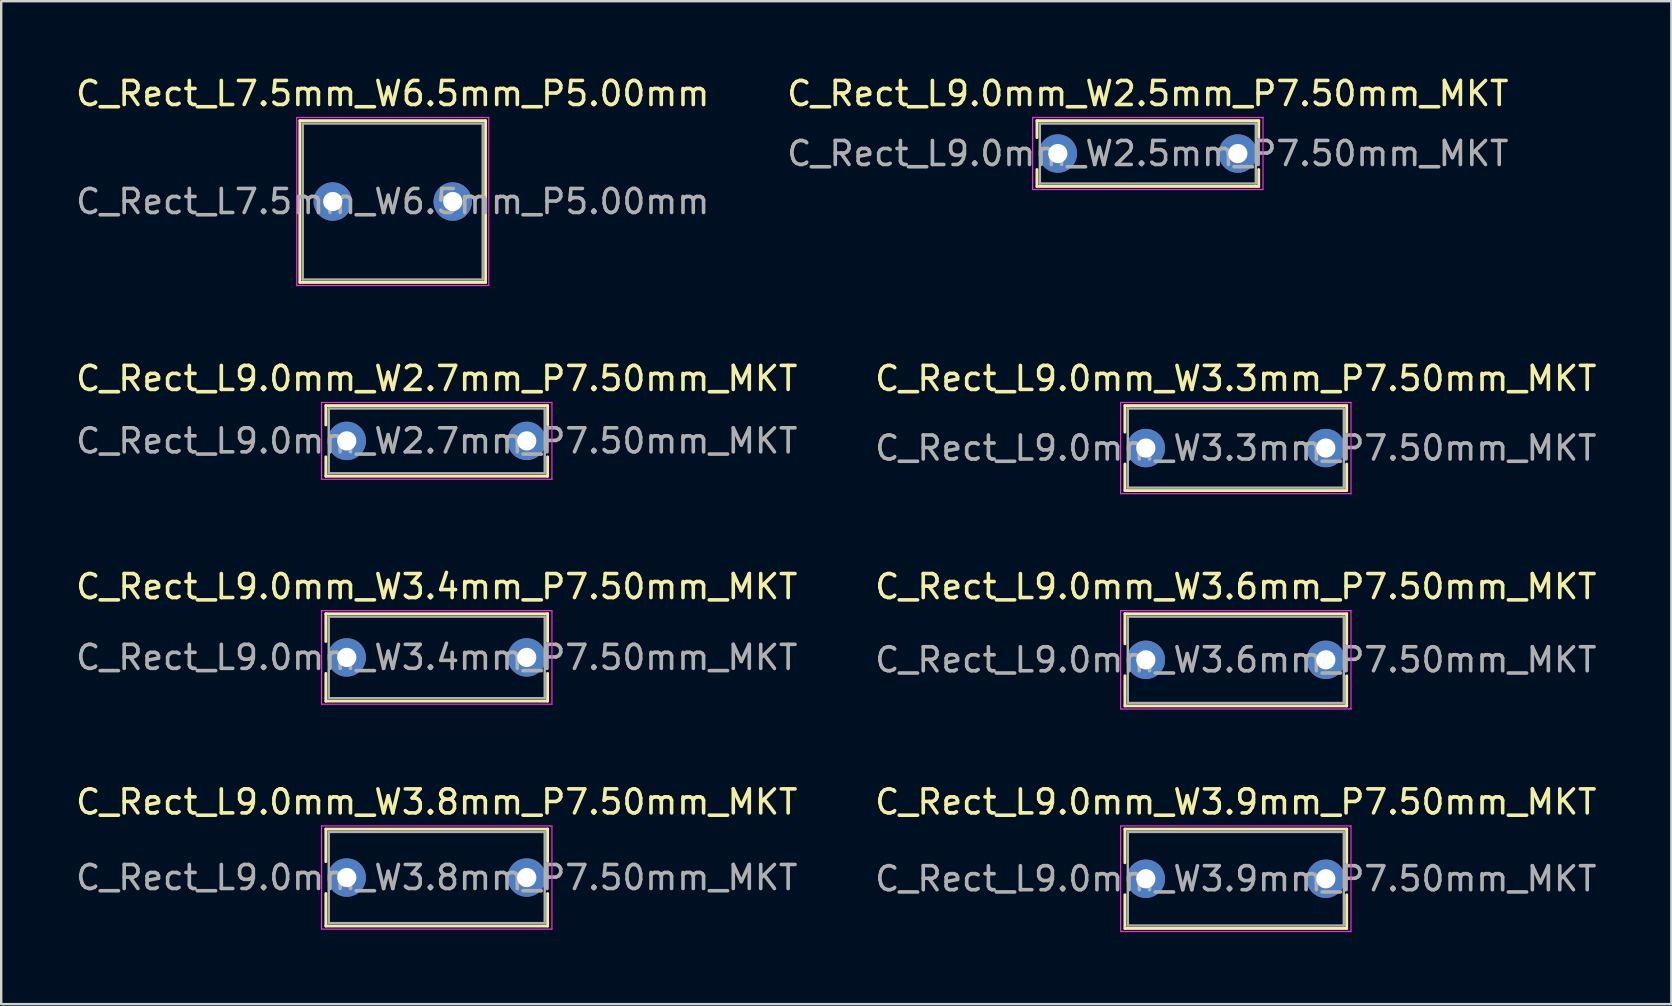
<source format=kicad_pcb>
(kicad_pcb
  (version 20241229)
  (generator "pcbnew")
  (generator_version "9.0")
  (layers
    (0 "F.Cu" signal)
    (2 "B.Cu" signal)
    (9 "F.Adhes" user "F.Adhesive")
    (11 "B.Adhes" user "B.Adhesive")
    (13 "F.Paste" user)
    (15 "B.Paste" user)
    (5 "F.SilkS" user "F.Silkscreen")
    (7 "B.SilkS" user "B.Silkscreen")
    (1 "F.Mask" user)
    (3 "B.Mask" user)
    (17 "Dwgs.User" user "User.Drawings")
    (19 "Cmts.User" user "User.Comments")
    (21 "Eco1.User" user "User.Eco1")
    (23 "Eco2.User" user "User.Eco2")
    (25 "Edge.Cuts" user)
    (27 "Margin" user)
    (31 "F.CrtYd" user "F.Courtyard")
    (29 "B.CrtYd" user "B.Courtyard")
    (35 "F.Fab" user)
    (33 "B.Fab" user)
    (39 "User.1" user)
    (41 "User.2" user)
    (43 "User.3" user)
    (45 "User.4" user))
  (footprint "C_Rect_L9.0mm_W3.6mm_P7.50mm_MKT"
    (layer "F.Cu")
    (at 44.696 24.445)
    (property "Reference" "C_Rect_L9.0mm_W3.6mm_P7.50mm_MKT" (at 3.75 -3.05 0) (layer "F.SilkS") (effects (font (size 1 1) (thickness 0.15))))
    (attr through_hole)
    (fp_line (start -0.87 -1.92) (end -0.87 -0.665) (stroke (width 0.12) (type solid)) (layer "F.SilkS"))
    (fp_line (start -0.87 -1.92) (end 8.37 -1.92) (stroke (width 0.12) (type solid)) (layer "F.SilkS"))
    (fp_line (start -0.87 0.665) (end -0.87 1.92) (stroke (width 0.12) (type solid)) (layer "F.SilkS"))
    (fp_line (start -0.87 1.92) (end 8.37 1.92) (stroke (width 0.12) (type solid)) (layer "F.SilkS"))
    (fp_line (start 8.37 -1.92) (end 8.37 -0.665) (stroke (width 0.12) (type solid)) (layer "F.SilkS"))
    (fp_line (start 8.37 0.665) (end 8.37 1.92) (stroke (width 0.12) (type solid)) (layer "F.SilkS"))
    (fp_line (start -1.05 -2.05) (end -1.05 2.05) (stroke (width 0.05) (type solid)) (layer "F.CrtYd"))
    (fp_line (start -1.05 2.05) (end 8.55 2.05) (stroke (width 0.05) (type solid)) (layer "F.CrtYd"))
    (fp_line (start 8.55 -2.05) (end -1.05 -2.05) (stroke (width 0.05) (type solid)) (layer "F.CrtYd"))
    (fp_line (start 8.55 2.05) (end 8.55 -2.05) (stroke (width 0.05) (type solid)) (layer "F.CrtYd"))
    (fp_line (start -0.75 -1.8) (end -0.75 1.8) (stroke (width 0.1) (type solid)) (layer "F.Fab"))
    (fp_line (start -0.75 1.8) (end 8.25 1.8) (stroke (width 0.1) (type solid)) (layer "F.Fab"))
    (fp_line (start 8.25 -1.8) (end -0.75 -1.8) (stroke (width 0.1) (type solid)) (layer "F.Fab"))
    (fp_line (start 8.25 1.8) (end 8.25 -1.8) (stroke (width 0.1) (type solid)) (layer "F.Fab"))
    (fp_text user "${REFERENCE}" (at 3.75 0 0) (layer "F.Fab") (effects (font (size 1 1) (thickness 0.15))))
    (pad "1" thru_hole circle (at 0 0) (size 1.6 1.6) (drill 0.8) (layers "*.Cu" "*.Mask"))
    (pad "2" thru_hole circle (at 7.5 0) (size 1.6 1.6) (drill 0.8) (layers "*.Cu" "*.Mask")))
  (footprint "C_Rect_L9.0mm_W3.4mm_P7.50mm_MKT"
    (layer "F.Cu")
    (at 11.399 24.345)
    (property "Reference" "C_Rect_L9.0mm_W3.4mm_P7.50mm_MKT" (at 3.75 -2.95 0) (layer "F.SilkS") (effects (font (size 1 1) (thickness 0.15))))
    (attr through_hole)
    (fp_line (start -0.87 -1.82) (end -0.87 -0.665) (stroke (width 0.12) (type solid)) (layer "F.SilkS"))
    (fp_line (start -0.87 -1.82) (end 8.37 -1.82) (stroke (width 0.12) (type solid)) (layer "F.SilkS"))
    (fp_line (start -0.87 0.665) (end -0.87 1.82) (stroke (width 0.12) (type solid)) (layer "F.SilkS"))
    (fp_line (start -0.87 1.82) (end 8.37 1.82) (stroke (width 0.12) (type solid)) (layer "F.SilkS"))
    (fp_line (start 8.37 -1.82) (end 8.37 -0.665) (stroke (width 0.12) (type solid)) (layer "F.SilkS"))
    (fp_line (start 8.37 0.665) (end 8.37 1.82) (stroke (width 0.12) (type solid)) (layer "F.SilkS"))
    (fp_line (start -1.05 -1.95) (end -1.05 1.95) (stroke (width 0.05) (type solid)) (layer "F.CrtYd"))
    (fp_line (start -1.05 1.95) (end 8.55 1.95) (stroke (width 0.05) (type solid)) (layer "F.CrtYd"))
    (fp_line (start 8.55 -1.95) (end -1.05 -1.95) (stroke (width 0.05) (type solid)) (layer "F.CrtYd"))
    (fp_line (start 8.55 1.95) (end 8.55 -1.95) (stroke (width 0.05) (type solid)) (layer "F.CrtYd"))
    (fp_line (start -0.75 -1.7) (end -0.75 1.7) (stroke (width 0.1) (type solid)) (layer "F.Fab"))
    (fp_line (start -0.75 1.7) (end 8.25 1.7) (stroke (width 0.1) (type solid)) (layer "F.Fab"))
    (fp_line (start 8.25 -1.7) (end -0.75 -1.7) (stroke (width 0.1) (type solid)) (layer "F.Fab"))
    (fp_line (start 8.25 1.7) (end 8.25 -1.7) (stroke (width 0.1) (type solid)) (layer "F.Fab"))
    (fp_text user "${REFERENCE}" (at 3.75 0 0) (layer "F.Fab") (effects (font (size 1 1) (thickness 0.15))))
    (pad "1" thru_hole circle (at 0 0) (size 1.6 1.6) (drill 0.8) (layers "*.Cu" "*.Mask"))
    (pad "2" thru_hole circle (at 7.5 0) (size 1.6 1.6) (drill 0.8) (layers "*.Cu" "*.Mask")))
  (footprint "C_Rect_L7.5mm_W6.5mm_P5.00mm"
    (layer "F.Cu")
    (at 10.815 5.348)
    (property "Reference" "C_Rect_L7.5mm_W6.5mm_P5.00mm" (at 2.5 -4.5 0) (layer "F.SilkS") (effects (font (size 1 1) (thickness 0.15))))
    (attr through_hole)
    (fp_line (start -1.37 -3.37) (end -1.37 3.37) (stroke (width 0.12) (type solid)) (layer "F.SilkS"))
    (fp_line (start -1.37 -3.37) (end 6.37 -3.37) (stroke (width 0.12) (type solid)) (layer "F.SilkS"))
    (fp_line (start -1.37 3.37) (end 6.37 3.37) (stroke (width 0.12) (type solid)) (layer "F.SilkS"))
    (fp_line (start 6.37 -3.37) (end 6.37 3.37) (stroke (width 0.12) (type solid)) (layer "F.SilkS"))
    (fp_line (start -1.5 -3.5) (end -1.5 3.5) (stroke (width 0.05) (type solid)) (layer "F.CrtYd"))
    (fp_line (start -1.5 3.5) (end 6.5 3.5) (stroke (width 0.05) (type solid)) (layer "F.CrtYd"))
    (fp_line (start 6.5 -3.5) (end -1.5 -3.5) (stroke (width 0.05) (type solid)) (layer "F.CrtYd"))
    (fp_line (start 6.5 3.5) (end 6.5 -3.5) (stroke (width 0.05) (type solid)) (layer "F.CrtYd"))
    (fp_line (start -1.25 -3.25) (end -1.25 3.25) (stroke (width 0.1) (type solid)) (layer "F.Fab"))
    (fp_line (start -1.25 3.25) (end 6.25 3.25) (stroke (width 0.1) (type solid)) (layer "F.Fab"))
    (fp_line (start 6.25 -3.25) (end -1.25 -3.25) (stroke (width 0.1) (type solid)) (layer "F.Fab"))
    (fp_line (start 6.25 3.25) (end 6.25 -3.25) (stroke (width 0.1) (type solid)) (layer "F.Fab"))
    (fp_text user "${REFERENCE}" (at 2.5 0 0) (layer "F.Fab") (effects (font (size 1 1) (thickness 0.15))))
    (pad "1" thru_hole circle (at 0 0) (size 1.6 1.6) (drill 0.8) (layers "*.Cu" "*.Mask"))
    (pad "2" thru_hole circle (at 5 0) (size 1.6 1.6) (drill 0.8) (layers "*.Cu" "*.Mask")))
  (footprint "C_Rect_L9.0mm_W3.9mm_P7.50mm_MKT"
    (layer "F.Cu")
    (at 44.696 33.568)
    (property "Reference" "C_Rect_L9.0mm_W3.9mm_P7.50mm_MKT" (at 3.75 -3.2 0) (layer "F.SilkS") (effects (font (size 1 1) (thickness 0.15))))
    (attr through_hole)
    (fp_line (start -0.87 -2.07) (end -0.87 -0.665) (stroke (width 0.12) (type solid)) (layer "F.SilkS"))
    (fp_line (start -0.87 -2.07) (end 8.37 -2.07) (stroke (width 0.12) (type solid)) (layer "F.SilkS"))
    (fp_line (start -0.87 0.665) (end -0.87 2.07) (stroke (width 0.12) (type solid)) (layer "F.SilkS"))
    (fp_line (start -0.87 2.07) (end 8.37 2.07) (stroke (width 0.12) (type solid)) (layer "F.SilkS"))
    (fp_line (start 8.37 -2.07) (end 8.37 -0.665) (stroke (width 0.12) (type solid)) (layer "F.SilkS"))
    (fp_line (start 8.37 0.665) (end 8.37 2.07) (stroke (width 0.12) (type solid)) (layer "F.SilkS"))
    (fp_line (start -1.05 -2.2) (end -1.05 2.2) (stroke (width 0.05) (type solid)) (layer "F.CrtYd"))
    (fp_line (start -1.05 2.2) (end 8.55 2.2) (stroke (width 0.05) (type solid)) (layer "F.CrtYd"))
    (fp_line (start 8.55 -2.2) (end -1.05 -2.2) (stroke (width 0.05) (type solid)) (layer "F.CrtYd"))
    (fp_line (start 8.55 2.2) (end 8.55 -2.2) (stroke (width 0.05) (type solid)) (layer "F.CrtYd"))
    (fp_line (start -0.75 -1.95) (end -0.75 1.95) (stroke (width 0.1) (type solid)) (layer "F.Fab"))
    (fp_line (start -0.75 1.95) (end 8.25 1.95) (stroke (width 0.1) (type solid)) (layer "F.Fab"))
    (fp_line (start 8.25 -1.95) (end -0.75 -1.95) (stroke (width 0.1) (type solid)) (layer "F.Fab"))
    (fp_line (start 8.25 1.95) (end 8.25 -1.95) (stroke (width 0.1) (type solid)) (layer "F.Fab"))
    (fp_text user "${REFERENCE}" (at 3.75 0 0) (layer "F.Fab") (effects (font (size 1 1) (thickness 0.15))))
    (pad "1" thru_hole circle (at 0 0) (size 1.6 1.6) (drill 0.8) (layers "*.Cu" "*.Mask"))
    (pad "2" thru_hole circle (at 7.5 0) (size 1.6 1.6) (drill 0.8) (layers "*.Cu" "*.Mask")))
  (footprint "C_Rect_L9.0mm_W2.7mm_P7.50mm_MKT"
    (layer "F.Cu")
    (at 11.399 15.322)
    (property "Reference" "C_Rect_L9.0mm_W2.7mm_P7.50mm_MKT" (at 3.75 -2.6 0) (layer "F.SilkS") (effects (font (size 1 1) (thickness 0.15))))
    (attr through_hole)
    (fp_line (start -0.87 -1.471) (end -0.87 -0.665) (stroke (width 0.12) (type solid)) (layer "F.SilkS"))
    (fp_line (start -0.87 -1.471) (end 8.37 -1.471) (stroke (width 0.12) (type solid)) (layer "F.SilkS"))
    (fp_line (start -0.87 0.665) (end -0.87 1.471) (stroke (width 0.12) (type solid)) (layer "F.SilkS"))
    (fp_line (start -0.87 1.471) (end 8.37 1.471) (stroke (width 0.12) (type solid)) (layer "F.SilkS"))
    (fp_line (start 8.37 -1.471) (end 8.37 -0.665) (stroke (width 0.12) (type solid)) (layer "F.SilkS"))
    (fp_line (start 8.37 0.665) (end 8.37 1.471) (stroke (width 0.12) (type solid)) (layer "F.SilkS"))
    (fp_line (start -1.05 -1.6) (end -1.05 1.6) (stroke (width 0.05) (type solid)) (layer "F.CrtYd"))
    (fp_line (start -1.05 1.6) (end 8.55 1.6) (stroke (width 0.05) (type solid)) (layer "F.CrtYd"))
    (fp_line (start 8.55 -1.6) (end -1.05 -1.6) (stroke (width 0.05) (type solid)) (layer "F.CrtYd"))
    (fp_line (start 8.55 1.6) (end 8.55 -1.6) (stroke (width 0.05) (type solid)) (layer "F.CrtYd"))
    (fp_line (start -0.75 -1.35) (end -0.75 1.35) (stroke (width 0.1) (type solid)) (layer "F.Fab"))
    (fp_line (start -0.75 1.35) (end 8.25 1.35) (stroke (width 0.1) (type solid)) (layer "F.Fab"))
    (fp_line (start 8.25 -1.35) (end -0.75 -1.35) (stroke (width 0.1) (type solid)) (layer "F.Fab"))
    (fp_line (start 8.25 1.35) (end 8.25 -1.35) (stroke (width 0.1) (type solid)) (layer "F.Fab"))
    (fp_text user "${REFERENCE}" (at 3.75 0 0) (layer "F.Fab") (effects (font (size 1 1) (thickness 0.15))))
    (pad "1" thru_hole circle (at 0 0) (size 1.6 1.6) (drill 0.8) (layers "*.Cu" "*.Mask"))
    (pad "2" thru_hole circle (at 7.5 0) (size 1.6 1.6) (drill 0.8) (layers "*.Cu" "*.Mask")))
  (footprint "C_Rect_L9.0mm_W3.8mm_P7.50mm_MKT"
    (layer "F.Cu")
    (at 11.399 33.518)
    (property "Reference" "C_Rect_L9.0mm_W3.8mm_P7.50mm_MKT" (at 3.75 -3.15 0) (layer "F.SilkS") (effects (font (size 1 1) (thickness 0.15))))
    (attr through_hole)
    (fp_line (start -0.87 -2.02) (end -0.87 -0.665) (stroke (width 0.12) (type solid)) (layer "F.SilkS"))
    (fp_line (start -0.87 -2.02) (end 8.37 -2.02) (stroke (width 0.12) (type solid)) (layer "F.SilkS"))
    (fp_line (start -0.87 0.665) (end -0.87 2.02) (stroke (width 0.12) (type solid)) (layer "F.SilkS"))
    (fp_line (start -0.87 2.02) (end 8.37 2.02) (stroke (width 0.12) (type solid)) (layer "F.SilkS"))
    (fp_line (start 8.37 -2.02) (end 8.37 -0.665) (stroke (width 0.12) (type solid)) (layer "F.SilkS"))
    (fp_line (start 8.37 0.665) (end 8.37 2.02) (stroke (width 0.12) (type solid)) (layer "F.SilkS"))
    (fp_line (start -1.05 -2.15) (end -1.05 2.15) (stroke (width 0.05) (type solid)) (layer "F.CrtYd"))
    (fp_line (start -1.05 2.15) (end 8.55 2.15) (stroke (width 0.05) (type solid)) (layer "F.CrtYd"))
    (fp_line (start 8.55 -2.15) (end -1.05 -2.15) (stroke (width 0.05) (type solid)) (layer "F.CrtYd"))
    (fp_line (start 8.55 2.15) (end 8.55 -2.15) (stroke (width 0.05) (type solid)) (layer "F.CrtYd"))
    (fp_line (start -0.75 -1.9) (end -0.75 1.9) (stroke (width 0.1) (type solid)) (layer "F.Fab"))
    (fp_line (start -0.75 1.9) (end 8.25 1.9) (stroke (width 0.1) (type solid)) (layer "F.Fab"))
    (fp_line (start 8.25 -1.9) (end -0.75 -1.9) (stroke (width 0.1) (type solid)) (layer "F.Fab"))
    (fp_line (start 8.25 1.9) (end 8.25 -1.9) (stroke (width 0.1) (type solid)) (layer "F.Fab"))
    (fp_text user "${REFERENCE}" (at 3.75 0 0) (layer "F.Fab") (effects (font (size 1 1) (thickness 0.15))))
    (pad "1" thru_hole circle (at 0 0) (size 1.6 1.6) (drill 0.8) (layers "*.Cu" "*.Mask"))
    (pad "2" thru_hole circle (at 7.5 0) (size 1.6 1.6) (drill 0.8) (layers "*.Cu" "*.Mask")))
  (footprint "C_Rect_L9.0mm_W2.5mm_P7.50mm_MKT"
    (layer "F.Cu")
    (at 41.03 3.348)
    (property "Reference" "C_Rect_L9.0mm_W2.5mm_P7.50mm_MKT" (at 3.75 -2.5 0) (layer "F.SilkS") (effects (font (size 1 1) (thickness 0.15))))
    (attr through_hole)
    (fp_line (start -0.87 -1.37) (end -0.87 -0.665) (stroke (width 0.12) (type solid)) (layer "F.SilkS"))
    (fp_line (start -0.87 -1.37) (end 8.37 -1.37) (stroke (width 0.12) (type solid)) (layer "F.SilkS"))
    (fp_line (start -0.87 0.665) (end -0.87 1.37) (stroke (width 0.12) (type solid)) (layer "F.SilkS"))
    (fp_line (start -0.87 1.37) (end 8.37 1.37) (stroke (width 0.12) (type solid)) (layer "F.SilkS"))
    (fp_line (start 8.37 -1.37) (end 8.37 -0.665) (stroke (width 0.12) (type solid)) (layer "F.SilkS"))
    (fp_line (start 8.37 0.665) (end 8.37 1.37) (stroke (width 0.12) (type solid)) (layer "F.SilkS"))
    (fp_line (start -1.05 -1.5) (end -1.05 1.5) (stroke (width 0.05) (type solid)) (layer "F.CrtYd"))
    (fp_line (start -1.05 1.5) (end 8.55 1.5) (stroke (width 0.05) (type solid)) (layer "F.CrtYd"))
    (fp_line (start 8.55 -1.5) (end -1.05 -1.5) (stroke (width 0.05) (type solid)) (layer "F.CrtYd"))
    (fp_line (start 8.55 1.5) (end 8.55 -1.5) (stroke (width 0.05) (type solid)) (layer "F.CrtYd"))
    (fp_line (start -0.75 -1.25) (end -0.75 1.25) (stroke (width 0.1) (type solid)) (layer "F.Fab"))
    (fp_line (start -0.75 1.25) (end 8.25 1.25) (stroke (width 0.1) (type solid)) (layer "F.Fab"))
    (fp_line (start 8.25 -1.25) (end -0.75 -1.25) (stroke (width 0.1) (type solid)) (layer "F.Fab"))
    (fp_line (start 8.25 1.25) (end 8.25 -1.25) (stroke (width 0.1) (type solid)) (layer "F.Fab"))
    (fp_text user "${REFERENCE}" (at 3.75 0 0) (layer "F.Fab") (effects (font (size 1 1) (thickness 0.15))))
    (pad "1" thru_hole circle (at 0 0) (size 1.6 1.6) (drill 0.8) (layers "*.Cu" "*.Mask"))
    (pad "2" thru_hole circle (at 7.5 0) (size 1.6 1.6) (drill 0.8) (layers "*.Cu" "*.Mask")))
  (footprint "C_Rect_L9.0mm_W3.3mm_P7.50mm_MKT"
    (layer "F.Cu")
    (at 44.696 15.621)
    (property "Reference" "C_Rect_L9.0mm_W3.3mm_P7.50mm_MKT" (at 3.75 -2.9 0) (layer "F.SilkS") (effects (font (size 1 1) (thickness 0.15))))
    (attr through_hole)
    (fp_line (start -0.87 -1.77) (end -0.87 -0.665) (stroke (width 0.12) (type solid)) (layer "F.SilkS"))
    (fp_line (start -0.87 -1.77) (end 8.37 -1.77) (stroke (width 0.12) (type solid)) (layer "F.SilkS"))
    (fp_line (start -0.87 0.665) (end -0.87 1.77) (stroke (width 0.12) (type solid)) (layer "F.SilkS"))
    (fp_line (start -0.87 1.77) (end 8.37 1.77) (stroke (width 0.12) (type solid)) (layer "F.SilkS"))
    (fp_line (start 8.37 -1.77) (end 8.37 -0.665) (stroke (width 0.12) (type solid)) (layer "F.SilkS"))
    (fp_line (start 8.37 0.665) (end 8.37 1.77) (stroke (width 0.12) (type solid)) (layer "F.SilkS"))
    (fp_line (start -1.05 -1.9) (end -1.05 1.9) (stroke (width 0.05) (type solid)) (layer "F.CrtYd"))
    (fp_line (start -1.05 1.9) (end 8.55 1.9) (stroke (width 0.05) (type solid)) (layer "F.CrtYd"))
    (fp_line (start 8.55 -1.9) (end -1.05 -1.9) (stroke (width 0.05) (type solid)) (layer "F.CrtYd"))
    (fp_line (start 8.55 1.9) (end 8.55 -1.9) (stroke (width 0.05) (type solid)) (layer "F.CrtYd"))
    (fp_line (start -0.75 -1.65) (end -0.75 1.65) (stroke (width 0.1) (type solid)) (layer "F.Fab"))
    (fp_line (start -0.75 1.65) (end 8.25 1.65) (stroke (width 0.1) (type solid)) (layer "F.Fab"))
    (fp_line (start 8.25 -1.65) (end -0.75 -1.65) (stroke (width 0.1) (type solid)) (layer "F.Fab"))
    (fp_line (start 8.25 1.65) (end 8.25 -1.65) (stroke (width 0.1) (type solid)) (layer "F.Fab"))
    (fp_text user "${REFERENCE}" (at 3.75 0 0) (layer "F.Fab") (effects (font (size 1 1) (thickness 0.15))))
    (pad "1" thru_hole circle (at 0 0) (size 1.6 1.6) (drill 0.8) (layers "*.Cu" "*.Mask"))
    (pad "2" thru_hole circle (at 7.5 0) (size 1.6 1.6) (drill 0.8) (layers "*.Cu" "*.Mask")))
  (gr_rect
    (start -3 -3)
    (end 66.595 38.793)
    (stroke (width 0.1) (type default))
    (fill no)
    (layer "Edge.Cuts")))
</source>
